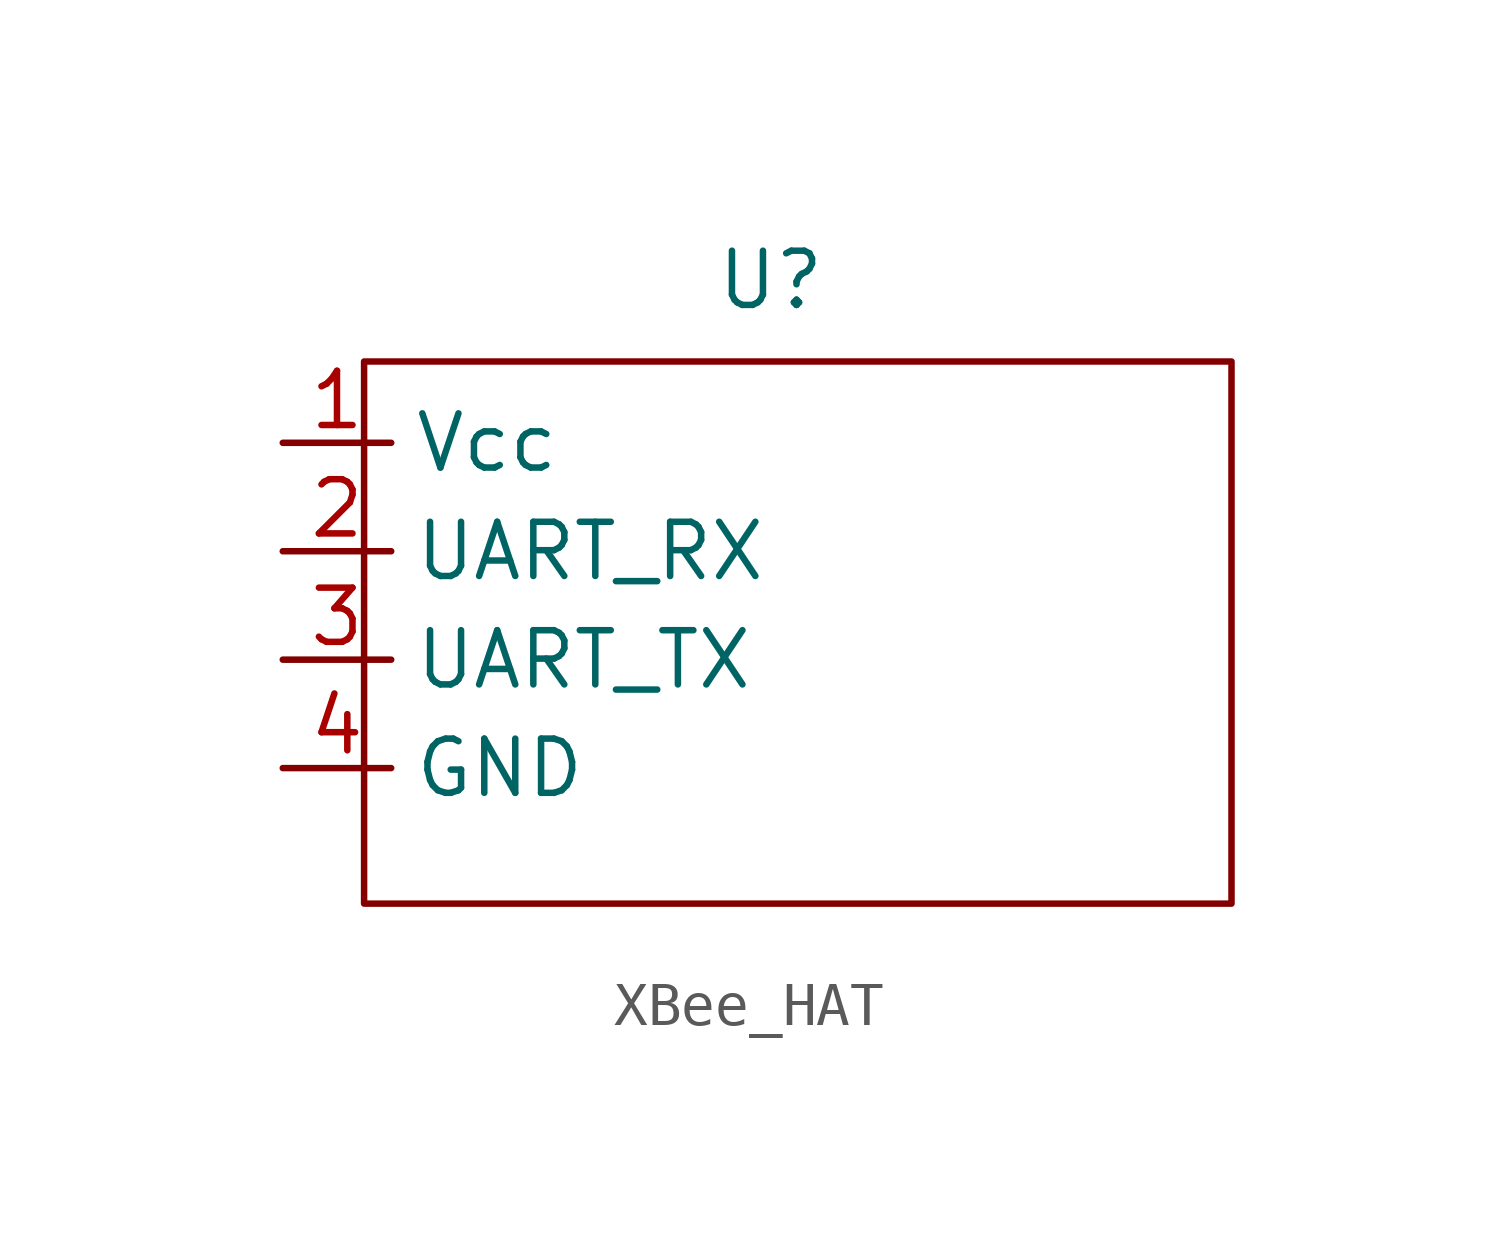
<source format=kicad_sym>
(kicad_symbol_lib
  (version 20241209)
  (generator "kicad_symbol_editor")
  (generator_version "9.0")
  (symbol "XBee_HAT"
    (property "Reference" "U"
      (at 0 0 0)
      (effects (font (size 1.27 1.27))))
    (property "Value" ""
      (at 0 0 0)
      (effects (font (size 1.27 1.27))))
    (symbol "XBee_HAT_0_1"
      (rectangle (start -9.525 -1.905) (end 10.795 -14.605) (stroke (width 0) (type default)) (fill (type none))))
    (symbol "XBee_HAT_1_1"
      (pin power_in line (at -11.43 -3.81 0) (length 2.54) (name "Vcc" (effects (font (size 1.27 1.27)))) (number "1" (effects (font (size 1.27 1.27)))))
      (pin input line (at -11.43 -6.35 0) (length 2.54) (name "UART_RX" (effects (font (size 1.27 1.27)))) (number "2" (effects (font (size 1.27 1.27)))))
      (pin output line (at -11.43 -8.89 0) (length 2.54) (name "UART_TX" (effects (font (size 1.27 1.27)))) (number "3" (effects (font (size 1.27 1.27)))))
      (pin output line (at -11.43 -11.43 0) (length 2.54) (name "GND" (effects (font (size 1.27 1.27)))) (number "4" (effects (font (size 1.27 1.27))))))))
</source>
